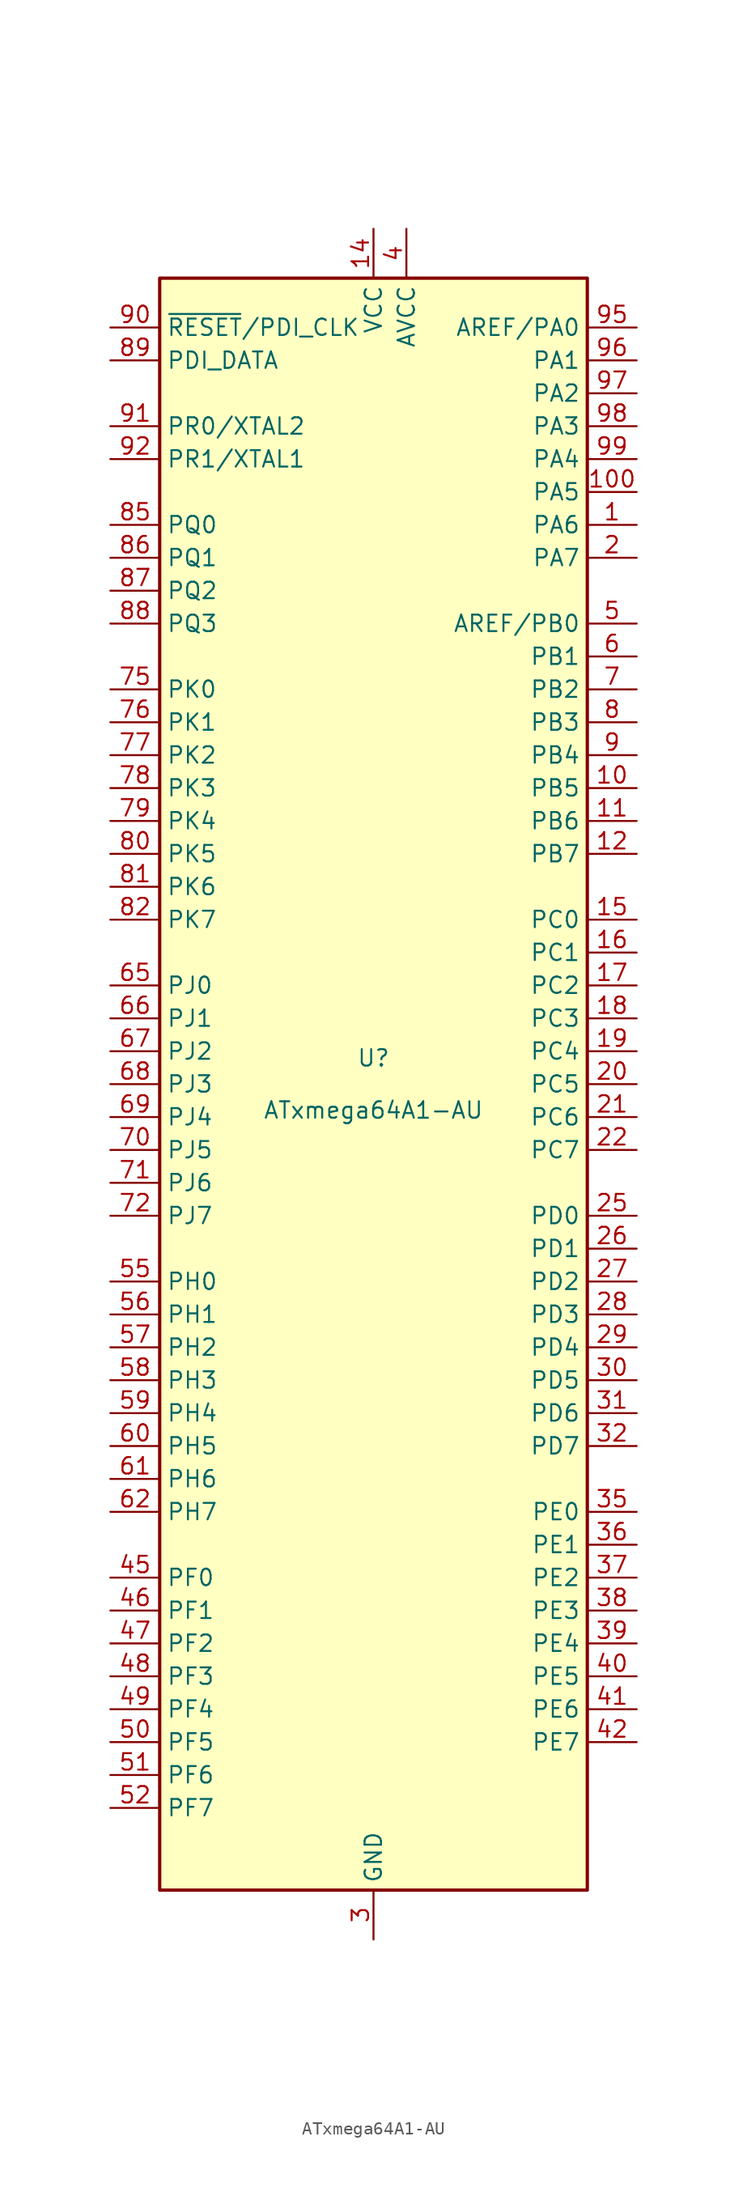
<source format=kicad_sym>
(kicad_symbol_lib
  (version 20211014)
  (generator kicad_symbol_editor)
  (symbol "ATxmega64A1-AU"
    (property "Reference" "U"
      (at 0 1.27 0)
      (effects (font (size 1.27 1.27)) (justify bottom)))
    (property "Value" "ATxmega64A1-AU"
      (at 0 -1.27 0)
      (effects (font (size 1.27 1.27)) (justify top)))
    (symbol "ATxmega64A1-AU_0_1"
      (rectangle (start -16.51 -62.23) (end 16.51 62.23) (stroke (width 0.254) (type default) (color 0 0 0 0)) (fill (type background))))
    (symbol "ATxmega64A1-AU_1_1"
      (pin bidirectional line (at 20.32 43.18 180) (length 3.81) (name "PA6" (effects (font (size 1.27 1.27)))) (number "1" (effects (font (size 1.27 1.27)))))
      (pin bidirectional line (at 20.32 22.86 180) (length 3.81) (name "PB5" (effects (font (size 1.27 1.27)))) (number "10" (effects (font (size 1.27 1.27)))))
      (pin bidirectional line (at 20.32 45.72 180) (length 3.81) (name "PA5" (effects (font (size 1.27 1.27)))) (number "100" (effects (font (size 1.27 1.27)))))
      (pin bidirectional line (at 20.32 20.32 180) (length 3.81) (name "PB6" (effects (font (size 1.27 1.27)))) (number "11" (effects (font (size 1.27 1.27)))))
      (pin bidirectional line (at 20.32 17.78 180) (length 3.81) (name "PB7" (effects (font (size 1.27 1.27)))) (number "12" (effects (font (size 1.27 1.27)))))
      (pin passive line (at 0 -66.04 90) (length 3.81) hide (name "GND" (effects (font (size 1.27 1.27)))) (number "13" (effects (font (size 1.27 1.27)))))
      (pin power_in line (at 0 66.04 270) (length 3.81) (name "VCC" (effects (font (size 1.27 1.27)))) (number "14" (effects (font (size 1.27 1.27)))))
      (pin bidirectional line (at 20.32 12.7 180) (length 3.81) (name "PC0" (effects (font (size 1.27 1.27)))) (number "15" (effects (font (size 1.27 1.27)))))
      (pin bidirectional line (at 20.32 10.16 180) (length 3.81) (name "PC1" (effects (font (size 1.27 1.27)))) (number "16" (effects (font (size 1.27 1.27)))))
      (pin bidirectional line (at 20.32 7.62 180) (length 3.81) (name "PC2" (effects (font (size 1.27 1.27)))) (number "17" (effects (font (size 1.27 1.27)))))
      (pin bidirectional line (at 20.32 5.08 180) (length 3.81) (name "PC3" (effects (font (size 1.27 1.27)))) (number "18" (effects (font (size 1.27 1.27)))))
      (pin bidirectional line (at 20.32 2.54 180) (length 3.81) (name "PC4" (effects (font (size 1.27 1.27)))) (number "19" (effects (font (size 1.27 1.27)))))
      (pin bidirectional line (at 20.32 40.64 180) (length 3.81) (name "PA7" (effects (font (size 1.27 1.27)))) (number "2" (effects (font (size 1.27 1.27)))))
      (pin bidirectional line (at 20.32 0 180) (length 3.81) (name "PC5" (effects (font (size 1.27 1.27)))) (number "20" (effects (font (size 1.27 1.27)))))
      (pin bidirectional line (at 20.32 -2.54 180) (length 3.81) (name "PC6" (effects (font (size 1.27 1.27)))) (number "21" (effects (font (size 1.27 1.27)))))
      (pin bidirectional line (at 20.32 -5.08 180) (length 3.81) (name "PC7" (effects (font (size 1.27 1.27)))) (number "22" (effects (font (size 1.27 1.27)))))
      (pin passive line (at 0 -66.04 90) (length 3.81) hide (name "GND" (effects (font (size 1.27 1.27)))) (number "23" (effects (font (size 1.27 1.27)))))
      (pin passive line (at 0 66.04 270) (length 3.81) hide (name "VCC" (effects (font (size 1.27 1.27)))) (number "24" (effects (font (size 1.27 1.27)))))
      (pin bidirectional line (at 20.32 -10.16 180) (length 3.81) (name "PD0" (effects (font (size 1.27 1.27)))) (number "25" (effects (font (size 1.27 1.27)))))
      (pin bidirectional line (at 20.32 -12.7 180) (length 3.81) (name "PD1" (effects (font (size 1.27 1.27)))) (number "26" (effects (font (size 1.27 1.27)))))
      (pin bidirectional line (at 20.32 -15.24 180) (length 3.81) (name "PD2" (effects (font (size 1.27 1.27)))) (number "27" (effects (font (size 1.27 1.27)))))
      (pin bidirectional line (at 20.32 -17.78 180) (length 3.81) (name "PD3" (effects (font (size 1.27 1.27)))) (number "28" (effects (font (size 1.27 1.27)))))
      (pin bidirectional line (at 20.32 -20.32 180) (length 3.81) (name "PD4" (effects (font (size 1.27 1.27)))) (number "29" (effects (font (size 1.27 1.27)))))
      (pin power_in line (at 0 -66.04 90) (length 3.81) (name "GND" (effects (font (size 1.27 1.27)))) (number "3" (effects (font (size 1.27 1.27)))))
      (pin bidirectional line (at 20.32 -22.86 180) (length 3.81) (name "PD5" (effects (font (size 1.27 1.27)))) (number "30" (effects (font (size 1.27 1.27)))))
      (pin bidirectional line (at 20.32 -25.4 180) (length 3.81) (name "PD6" (effects (font (size 1.27 1.27)))) (number "31" (effects (font (size 1.27 1.27)))))
      (pin bidirectional line (at 20.32 -27.94 180) (length 3.81) (name "PD7" (effects (font (size 1.27 1.27)))) (number "32" (effects (font (size 1.27 1.27)))))
      (pin passive line (at 0 -66.04 90) (length 3.81) hide (name "GND" (effects (font (size 1.27 1.27)))) (number "33" (effects (font (size 1.27 1.27)))))
      (pin passive line (at 0 66.04 270) (length 3.81) hide (name "VCC" (effects (font (size 1.27 1.27)))) (number "34" (effects (font (size 1.27 1.27)))))
      (pin bidirectional line (at 20.32 -33.02 180) (length 3.81) (name "PE0" (effects (font (size 1.27 1.27)))) (number "35" (effects (font (size 1.27 1.27)))))
      (pin bidirectional line (at 20.32 -35.56 180) (length 3.81) (name "PE1" (effects (font (size 1.27 1.27)))) (number "36" (effects (font (size 1.27 1.27)))))
      (pin bidirectional line (at 20.32 -38.1 180) (length 3.81) (name "PE2" (effects (font (size 1.27 1.27)))) (number "37" (effects (font (size 1.27 1.27)))))
      (pin bidirectional line (at 20.32 -40.64 180) (length 3.81) (name "PE3" (effects (font (size 1.27 1.27)))) (number "38" (effects (font (size 1.27 1.27)))))
      (pin bidirectional line (at 20.32 -43.18 180) (length 3.81) (name "PE4" (effects (font (size 1.27 1.27)))) (number "39" (effects (font (size 1.27 1.27)))))
      (pin power_in line (at 2.54 66.04 270) (length 3.81) (name "AVCC" (effects (font (size 1.27 1.27)))) (number "4" (effects (font (size 1.27 1.27)))))
      (pin bidirectional line (at 20.32 -45.72 180) (length 3.81) (name "PE5" (effects (font (size 1.27 1.27)))) (number "40" (effects (font (size 1.27 1.27)))))
      (pin bidirectional line (at 20.32 -48.26 180) (length 3.81) (name "PE6" (effects (font (size 1.27 1.27)))) (number "41" (effects (font (size 1.27 1.27)))))
      (pin bidirectional line (at 20.32 -50.8 180) (length 3.81) (name "PE7" (effects (font (size 1.27 1.27)))) (number "42" (effects (font (size 1.27 1.27)))))
      (pin passive line (at 0 -66.04 90) (length 3.81) hide (name "GND" (effects (font (size 1.27 1.27)))) (number "43" (effects (font (size 1.27 1.27)))))
      (pin passive line (at 0 66.04 270) (length 3.81) hide (name "VCC" (effects (font (size 1.27 1.27)))) (number "44" (effects (font (size 1.27 1.27)))))
      (pin bidirectional line (at -20.32 -38.1 0) (length 3.81) (name "PF0" (effects (font (size 1.27 1.27)))) (number "45" (effects (font (size 1.27 1.27)))))
      (pin bidirectional line (at -20.32 -40.64 0) (length 3.81) (name "PF1" (effects (font (size 1.27 1.27)))) (number "46" (effects (font (size 1.27 1.27)))))
      (pin bidirectional line (at -20.32 -43.18 0) (length 3.81) (name "PF2" (effects (font (size 1.27 1.27)))) (number "47" (effects (font (size 1.27 1.27)))))
      (pin bidirectional line (at -20.32 -45.72 0) (length 3.81) (name "PF3" (effects (font (size 1.27 1.27)))) (number "48" (effects (font (size 1.27 1.27)))))
      (pin bidirectional line (at -20.32 -48.26 0) (length 3.81) (name "PF4" (effects (font (size 1.27 1.27)))) (number "49" (effects (font (size 1.27 1.27)))))
      (pin bidirectional line (at 20.32 35.56 180) (length 3.81) (name "AREF/PB0" (effects (font (size 1.27 1.27)))) (number "5" (effects (font (size 1.27 1.27)))))
      (pin bidirectional line (at -20.32 -50.8 0) (length 3.81) (name "PF5" (effects (font (size 1.27 1.27)))) (number "50" (effects (font (size 1.27 1.27)))))
      (pin bidirectional line (at -20.32 -53.34 0) (length 3.81) (name "PF6" (effects (font (size 1.27 1.27)))) (number "51" (effects (font (size 1.27 1.27)))))
      (pin bidirectional line (at -20.32 -55.88 0) (length 3.81) (name "PF7" (effects (font (size 1.27 1.27)))) (number "52" (effects (font (size 1.27 1.27)))))
      (pin passive line (at 0 -66.04 90) (length 3.81) hide (name "GND" (effects (font (size 1.27 1.27)))) (number "53" (effects (font (size 1.27 1.27)))))
      (pin passive line (at 0 66.04 270) (length 3.81) hide (name "VCC" (effects (font (size 1.27 1.27)))) (number "54" (effects (font (size 1.27 1.27)))))
      (pin bidirectional line (at -20.32 -15.24 0) (length 3.81) (name "PH0" (effects (font (size 1.27 1.27)))) (number "55" (effects (font (size 1.27 1.27)))))
      (pin bidirectional line (at -20.32 -17.78 0) (length 3.81) (name "PH1" (effects (font (size 1.27 1.27)))) (number "56" (effects (font (size 1.27 1.27)))))
      (pin bidirectional line (at -20.32 -20.32 0) (length 3.81) (name "PH2" (effects (font (size 1.27 1.27)))) (number "57" (effects (font (size 1.27 1.27)))))
      (pin bidirectional line (at -20.32 -22.86 0) (length 3.81) (name "PH3" (effects (font (size 1.27 1.27)))) (number "58" (effects (font (size 1.27 1.27)))))
      (pin bidirectional line (at -20.32 -25.4 0) (length 3.81) (name "PH4" (effects (font (size 1.27 1.27)))) (number "59" (effects (font (size 1.27 1.27)))))
      (pin bidirectional line (at 20.32 33.02 180) (length 3.81) (name "PB1" (effects (font (size 1.27 1.27)))) (number "6" (effects (font (size 1.27 1.27)))))
      (pin bidirectional line (at -20.32 -27.94 0) (length 3.81) (name "PH5" (effects (font (size 1.27 1.27)))) (number "60" (effects (font (size 1.27 1.27)))))
      (pin bidirectional line (at -20.32 -30.48 0) (length 3.81) (name "PH6" (effects (font (size 1.27 1.27)))) (number "61" (effects (font (size 1.27 1.27)))))
      (pin bidirectional line (at -20.32 -33.02 0) (length 3.81) (name "PH7" (effects (font (size 1.27 1.27)))) (number "62" (effects (font (size 1.27 1.27)))))
      (pin passive line (at 0 -66.04 90) (length 3.81) hide (name "GND" (effects (font (size 1.27 1.27)))) (number "63" (effects (font (size 1.27 1.27)))))
      (pin passive line (at 0 66.04 270) (length 3.81) hide (name "VCC" (effects (font (size 1.27 1.27)))) (number "64" (effects (font (size 1.27 1.27)))))
      (pin bidirectional line (at -20.32 7.62 0) (length 3.81) (name "PJ0" (effects (font (size 1.27 1.27)))) (number "65" (effects (font (size 1.27 1.27)))))
      (pin bidirectional line (at -20.32 5.08 0) (length 3.81) (name "PJ1" (effects (font (size 1.27 1.27)))) (number "66" (effects (font (size 1.27 1.27)))))
      (pin bidirectional line (at -20.32 2.54 0) (length 3.81) (name "PJ2" (effects (font (size 1.27 1.27)))) (number "67" (effects (font (size 1.27 1.27)))))
      (pin bidirectional line (at -20.32 0 0) (length 3.81) (name "PJ3" (effects (font (size 1.27 1.27)))) (number "68" (effects (font (size 1.27 1.27)))))
      (pin bidirectional line (at -20.32 -2.54 0) (length 3.81) (name "PJ4" (effects (font (size 1.27 1.27)))) (number "69" (effects (font (size 1.27 1.27)))))
      (pin bidirectional line (at 20.32 30.48 180) (length 3.81) (name "PB2" (effects (font (size 1.27 1.27)))) (number "7" (effects (font (size 1.27 1.27)))))
      (pin bidirectional line (at -20.32 -5.08 0) (length 3.81) (name "PJ5" (effects (font (size 1.27 1.27)))) (number "70" (effects (font (size 1.27 1.27)))))
      (pin bidirectional line (at -20.32 -7.62 0) (length 3.81) (name "PJ6" (effects (font (size 1.27 1.27)))) (number "71" (effects (font (size 1.27 1.27)))))
      (pin bidirectional line (at -20.32 -10.16 0) (length 3.81) (name "PJ7" (effects (font (size 1.27 1.27)))) (number "72" (effects (font (size 1.27 1.27)))))
      (pin passive line (at 0 -66.04 90) (length 3.81) hide (name "GND" (effects (font (size 1.27 1.27)))) (number "73" (effects (font (size 1.27 1.27)))))
      (pin passive line (at 0 66.04 270) (length 3.81) hide (name "VCC" (effects (font (size 1.27 1.27)))) (number "74" (effects (font (size 1.27 1.27)))))
      (pin bidirectional line (at -20.32 30.48 0) (length 3.81) (name "PK0" (effects (font (size 1.27 1.27)))) (number "75" (effects (font (size 1.27 1.27)))))
      (pin bidirectional line (at -20.32 27.94 0) (length 3.81) (name "PK1" (effects (font (size 1.27 1.27)))) (number "76" (effects (font (size 1.27 1.27)))))
      (pin bidirectional line (at -20.32 25.4 0) (length 3.81) (name "PK2" (effects (font (size 1.27 1.27)))) (number "77" (effects (font (size 1.27 1.27)))))
      (pin bidirectional line (at -20.32 22.86 0) (length 3.81) (name "PK3" (effects (font (size 1.27 1.27)))) (number "78" (effects (font (size 1.27 1.27)))))
      (pin bidirectional line (at -20.32 20.32 0) (length 3.81) (name "PK4" (effects (font (size 1.27 1.27)))) (number "79" (effects (font (size 1.27 1.27)))))
      (pin bidirectional line (at 20.32 27.94 180) (length 3.81) (name "PB3" (effects (font (size 1.27 1.27)))) (number "8" (effects (font (size 1.27 1.27)))))
      (pin bidirectional line (at -20.32 17.78 0) (length 3.81) (name "PK5" (effects (font (size 1.27 1.27)))) (number "80" (effects (font (size 1.27 1.27)))))
      (pin bidirectional line (at -20.32 15.24 0) (length 3.81) (name "PK6" (effects (font (size 1.27 1.27)))) (number "81" (effects (font (size 1.27 1.27)))))
      (pin bidirectional line (at -20.32 12.7 0) (length 3.81) (name "PK7" (effects (font (size 1.27 1.27)))) (number "82" (effects (font (size 1.27 1.27)))))
      (pin passive line (at 0 66.04 270) (length 3.81) hide (name "VCC" (effects (font (size 1.27 1.27)))) (number "83" (effects (font (size 1.27 1.27)))))
      (pin passive line (at 0 -66.04 90) (length 3.81) hide (name "GND" (effects (font (size 1.27 1.27)))) (number "84" (effects (font (size 1.27 1.27)))))
      (pin bidirectional line (at -20.32 43.18 0) (length 3.81) (name "PQ0" (effects (font (size 1.27 1.27)))) (number "85" (effects (font (size 1.27 1.27)))))
      (pin bidirectional line (at -20.32 40.64 0) (length 3.81) (name "PQ1" (effects (font (size 1.27 1.27)))) (number "86" (effects (font (size 1.27 1.27)))))
      (pin bidirectional line (at -20.32 38.1 0) (length 3.81) (name "PQ2" (effects (font (size 1.27 1.27)))) (number "87" (effects (font (size 1.27 1.27)))))
      (pin bidirectional line (at -20.32 35.56 0) (length 3.81) (name "PQ3" (effects (font (size 1.27 1.27)))) (number "88" (effects (font (size 1.27 1.27)))))
      (pin bidirectional line (at -20.32 55.88 0) (length 3.81) (name "PDI_DATA" (effects (font (size 1.27 1.27)))) (number "89" (effects (font (size 1.27 1.27)))))
      (pin bidirectional line (at 20.32 25.4 180) (length 3.81) (name "PB4" (effects (font (size 1.27 1.27)))) (number "9" (effects (font (size 1.27 1.27)))))
      (pin input line (at -20.32 58.42 0) (length 3.81) (name "~{RESET}/PDI_CLK" (effects (font (size 1.27 1.27)))) (number "90" (effects (font (size 1.27 1.27)))))
      (pin bidirectional line (at -20.32 50.8 0) (length 3.81) (name "PR0/XTAL2" (effects (font (size 1.27 1.27)))) (number "91" (effects (font (size 1.27 1.27)))))
      (pin bidirectional line (at -20.32 48.26 0) (length 3.81) (name "PR1/XTAL1" (effects (font (size 1.27 1.27)))) (number "92" (effects (font (size 1.27 1.27)))))
      (pin passive line (at 0 -66.04 90) (length 3.81) hide (name "GND" (effects (font (size 1.27 1.27)))) (number "93" (effects (font (size 1.27 1.27)))))
      (pin passive line (at 2.54 66.04 270) (length 3.81) hide (name "AVCC" (effects (font (size 1.27 1.27)))) (number "94" (effects (font (size 1.27 1.27)))))
      (pin bidirectional line (at 20.32 58.42 180) (length 3.81) (name "AREF/PA0" (effects (font (size 1.27 1.27)))) (number "95" (effects (font (size 1.27 1.27)))))
      (pin bidirectional line (at 20.32 55.88 180) (length 3.81) (name "PA1" (effects (font (size 1.27 1.27)))) (number "96" (effects (font (size 1.27 1.27)))))
      (pin bidirectional line (at 20.32 53.34 180) (length 3.81) (name "PA2" (effects (font (size 1.27 1.27)))) (number "97" (effects (font (size 1.27 1.27)))))
      (pin bidirectional line (at 20.32 50.8 180) (length 3.81) (name "PA3" (effects (font (size 1.27 1.27)))) (number "98" (effects (font (size 1.27 1.27)))))
      (pin bidirectional line (at 20.32 48.26 180) (length 3.81) (name "PA4" (effects (font (size 1.27 1.27)))) (number "99" (effects (font (size 1.27 1.27))))))))
</source>
